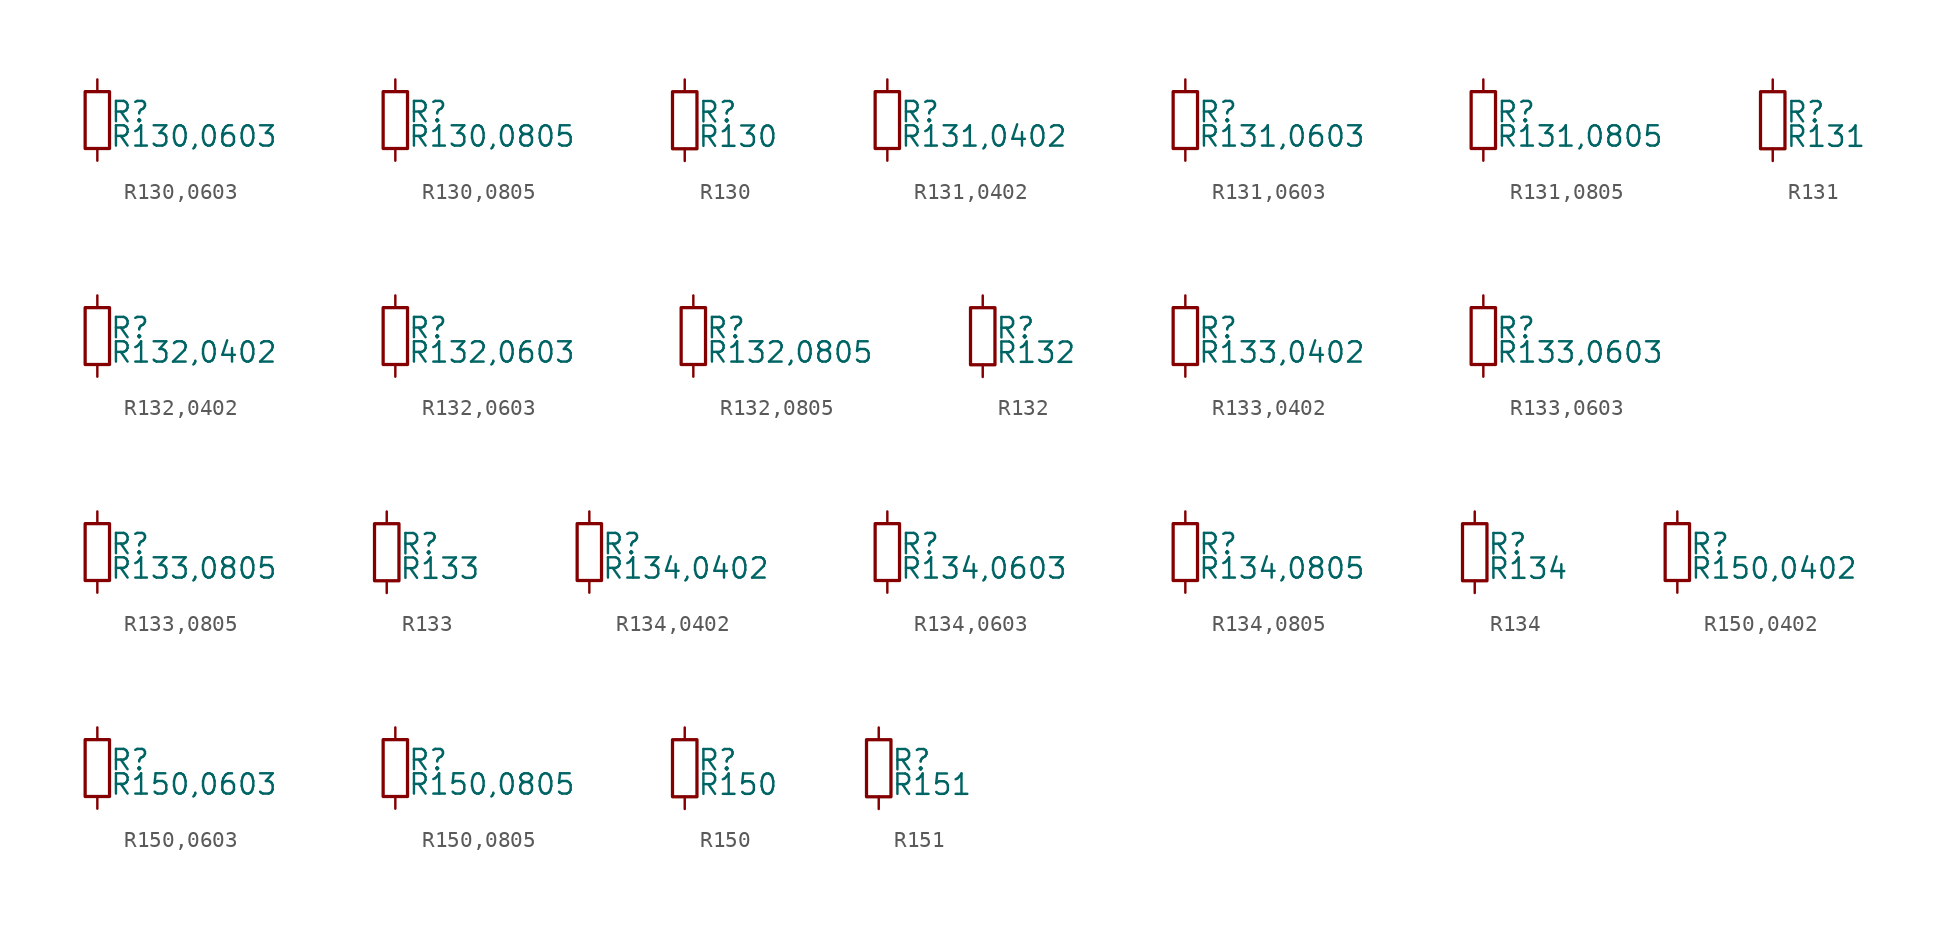
<source format=kicad_sym>
(kicad_symbol_lib
  (version 20211014)
  (generator kicad_symbol_editor)
  (symbol "R130,0603"
    (pin_numbers hide)
    (pin_names
      (offset 0.254) hide)
    (property "Reference" "R"
      (at 0.762 0.508 0)
      (effects (font (size 1.27 1.27)) (justify left)))
    (property "Value" "R130,0603"
      (at 0.762 -1.016 0)
      (effects (font (size 1.27 1.27)) (justify left)))
    (symbol "R130,0603_0_1"
      (rectangle (start -0.762 1.778) (end 0.762 -1.778) (stroke (width 0.203) (type default) (color 0 0 0 0)) (fill (type none))))
    (symbol "R130,0603_1_1"
      (pin passive line (at 0 2.54 270) (length 0.762) (name "~" (effects (font (size 1.27 1.27)))) (number "1" (effects (font (size 1.27 1.27)))))
      (pin passive line (at 0 -2.54 90) (length 0.762) (name "~" (effects (font (size 1.27 1.27)))) (number "2" (effects (font (size 1.27 1.27)))))))
  (symbol "R130,0805"
    (pin_numbers hide)
    (pin_names
      (offset 0.254) hide)
    (property "Reference" "R"
      (at 0.762 0.508 0)
      (effects (font (size 1.27 1.27)) (justify left)))
    (property "Value" "R130,0805"
      (at 0.762 -1.016 0)
      (effects (font (size 1.27 1.27)) (justify left)))
    (symbol "R130,0805_0_1"
      (rectangle (start -0.762 1.778) (end 0.762 -1.778) (stroke (width 0.203) (type default) (color 0 0 0 0)) (fill (type none))))
    (symbol "R130,0805_1_1"
      (pin passive line (at 0 2.54 270) (length 0.762) (name "~" (effects (font (size 1.27 1.27)))) (number "1" (effects (font (size 1.27 1.27)))))
      (pin passive line (at 0 -2.54 90) (length 0.762) (name "~" (effects (font (size 1.27 1.27)))) (number "2" (effects (font (size 1.27 1.27)))))))
  (symbol "R130"
    (pin_numbers hide)
    (pin_names
      (offset 0.254) hide)
    (property "Reference" "R"
      (at 0.762 0.508 0)
      (effects (font (size 1.27 1.27)) (justify left)))
    (property "Value" "R130"
      (at 0.762 -1.016 0)
      (effects (font (size 1.27 1.27)) (justify left)))
    (symbol "R130_0_1"
      (rectangle (start -0.762 1.778) (end 0.762 -1.778) (stroke (width 0.203) (type default) (color 0 0 0 0)) (fill (type none))))
    (symbol "R130_1_1"
      (pin passive line (at 0 2.54 270) (length 0.762) (name "~" (effects (font (size 1.27 1.27)))) (number "1" (effects (font (size 1.27 1.27)))))
      (pin passive line (at 0 -2.54 90) (length 0.762) (name "~" (effects (font (size 1.27 1.27)))) (number "2" (effects (font (size 1.27 1.27)))))))
  (symbol "R131,0402"
    (pin_numbers hide)
    (pin_names
      (offset 0.254) hide)
    (property "Reference" "R"
      (at 0.762 0.508 0)
      (effects (font (size 1.27 1.27)) (justify left)))
    (property "Value" "R131,0402"
      (at 0.762 -1.016 0)
      (effects (font (size 1.27 1.27)) (justify left)))
    (symbol "R131,0402_0_1"
      (rectangle (start -0.762 1.778) (end 0.762 -1.778) (stroke (width 0.203) (type default) (color 0 0 0 0)) (fill (type none))))
    (symbol "R131,0402_1_1"
      (pin passive line (at 0 2.54 270) (length 0.762) (name "~" (effects (font (size 1.27 1.27)))) (number "1" (effects (font (size 1.27 1.27)))))
      (pin passive line (at 0 -2.54 90) (length 0.762) (name "~" (effects (font (size 1.27 1.27)))) (number "2" (effects (font (size 1.27 1.27)))))))
  (symbol "R131,0603"
    (pin_numbers hide)
    (pin_names
      (offset 0.254) hide)
    (property "Reference" "R"
      (at 0.762 0.508 0)
      (effects (font (size 1.27 1.27)) (justify left)))
    (property "Value" "R131,0603"
      (at 0.762 -1.016 0)
      (effects (font (size 1.27 1.27)) (justify left)))
    (symbol "R131,0603_0_1"
      (rectangle (start -0.762 1.778) (end 0.762 -1.778) (stroke (width 0.203) (type default) (color 0 0 0 0)) (fill (type none))))
    (symbol "R131,0603_1_1"
      (pin passive line (at 0 2.54 270) (length 0.762) (name "~" (effects (font (size 1.27 1.27)))) (number "1" (effects (font (size 1.27 1.27)))))
      (pin passive line (at 0 -2.54 90) (length 0.762) (name "~" (effects (font (size 1.27 1.27)))) (number "2" (effects (font (size 1.27 1.27)))))))
  (symbol "R131,0805"
    (pin_numbers hide)
    (pin_names
      (offset 0.254) hide)
    (property "Reference" "R"
      (at 0.762 0.508 0)
      (effects (font (size 1.27 1.27)) (justify left)))
    (property "Value" "R131,0805"
      (at 0.762 -1.016 0)
      (effects (font (size 1.27 1.27)) (justify left)))
    (symbol "R131,0805_0_1"
      (rectangle (start -0.762 1.778) (end 0.762 -1.778) (stroke (width 0.203) (type default) (color 0 0 0 0)) (fill (type none))))
    (symbol "R131,0805_1_1"
      (pin passive line (at 0 2.54 270) (length 0.762) (name "~" (effects (font (size 1.27 1.27)))) (number "1" (effects (font (size 1.27 1.27)))))
      (pin passive line (at 0 -2.54 90) (length 0.762) (name "~" (effects (font (size 1.27 1.27)))) (number "2" (effects (font (size 1.27 1.27)))))))
  (symbol "R131"
    (pin_numbers hide)
    (pin_names
      (offset 0.254) hide)
    (property "Reference" "R"
      (at 0.762 0.508 0)
      (effects (font (size 1.27 1.27)) (justify left)))
    (property "Value" "R131"
      (at 0.762 -1.016 0)
      (effects (font (size 1.27 1.27)) (justify left)))
    (symbol "R131_0_1"
      (rectangle (start -0.762 1.778) (end 0.762 -1.778) (stroke (width 0.203) (type default) (color 0 0 0 0)) (fill (type none))))
    (symbol "R131_1_1"
      (pin passive line (at 0 2.54 270) (length 0.762) (name "~" (effects (font (size 1.27 1.27)))) (number "1" (effects (font (size 1.27 1.27)))))
      (pin passive line (at 0 -2.54 90) (length 0.762) (name "~" (effects (font (size 1.27 1.27)))) (number "2" (effects (font (size 1.27 1.27)))))))
  (symbol "R132,0402"
    (pin_numbers hide)
    (pin_names
      (offset 0.254) hide)
    (property "Reference" "R"
      (at 0.762 0.508 0)
      (effects (font (size 1.27 1.27)) (justify left)))
    (property "Value" "R132,0402"
      (at 0.762 -1.016 0)
      (effects (font (size 1.27 1.27)) (justify left)))
    (symbol "R132,0402_0_1"
      (rectangle (start -0.762 1.778) (end 0.762 -1.778) (stroke (width 0.203) (type default) (color 0 0 0 0)) (fill (type none))))
    (symbol "R132,0402_1_1"
      (pin passive line (at 0 2.54 270) (length 0.762) (name "~" (effects (font (size 1.27 1.27)))) (number "1" (effects (font (size 1.27 1.27)))))
      (pin passive line (at 0 -2.54 90) (length 0.762) (name "~" (effects (font (size 1.27 1.27)))) (number "2" (effects (font (size 1.27 1.27)))))))
  (symbol "R132,0603"
    (pin_numbers hide)
    (pin_names
      (offset 0.254) hide)
    (property "Reference" "R"
      (at 0.762 0.508 0)
      (effects (font (size 1.27 1.27)) (justify left)))
    (property "Value" "R132,0603"
      (at 0.762 -1.016 0)
      (effects (font (size 1.27 1.27)) (justify left)))
    (symbol "R132,0603_0_1"
      (rectangle (start -0.762 1.778) (end 0.762 -1.778) (stroke (width 0.203) (type default) (color 0 0 0 0)) (fill (type none))))
    (symbol "R132,0603_1_1"
      (pin passive line (at 0 2.54 270) (length 0.762) (name "~" (effects (font (size 1.27 1.27)))) (number "1" (effects (font (size 1.27 1.27)))))
      (pin passive line (at 0 -2.54 90) (length 0.762) (name "~" (effects (font (size 1.27 1.27)))) (number "2" (effects (font (size 1.27 1.27)))))))
  (symbol "R132,0805"
    (pin_numbers hide)
    (pin_names
      (offset 0.254) hide)
    (property "Reference" "R"
      (at 0.762 0.508 0)
      (effects (font (size 1.27 1.27)) (justify left)))
    (property "Value" "R132,0805"
      (at 0.762 -1.016 0)
      (effects (font (size 1.27 1.27)) (justify left)))
    (symbol "R132,0805_0_1"
      (rectangle (start -0.762 1.778) (end 0.762 -1.778) (stroke (width 0.203) (type default) (color 0 0 0 0)) (fill (type none))))
    (symbol "R132,0805_1_1"
      (pin passive line (at 0 2.54 270) (length 0.762) (name "~" (effects (font (size 1.27 1.27)))) (number "1" (effects (font (size 1.27 1.27)))))
      (pin passive line (at 0 -2.54 90) (length 0.762) (name "~" (effects (font (size 1.27 1.27)))) (number "2" (effects (font (size 1.27 1.27)))))))
  (symbol "R132"
    (pin_numbers hide)
    (pin_names
      (offset 0.254) hide)
    (property "Reference" "R"
      (at 0.762 0.508 0)
      (effects (font (size 1.27 1.27)) (justify left)))
    (property "Value" "R132"
      (at 0.762 -1.016 0)
      (effects (font (size 1.27 1.27)) (justify left)))
    (symbol "R132_0_1"
      (rectangle (start -0.762 1.778) (end 0.762 -1.778) (stroke (width 0.203) (type default) (color 0 0 0 0)) (fill (type none))))
    (symbol "R132_1_1"
      (pin passive line (at 0 2.54 270) (length 0.762) (name "~" (effects (font (size 1.27 1.27)))) (number "1" (effects (font (size 1.27 1.27)))))
      (pin passive line (at 0 -2.54 90) (length 0.762) (name "~" (effects (font (size 1.27 1.27)))) (number "2" (effects (font (size 1.27 1.27)))))))
  (symbol "R133,0402"
    (pin_numbers hide)
    (pin_names
      (offset 0.254) hide)
    (property "Reference" "R"
      (at 0.762 0.508 0)
      (effects (font (size 1.27 1.27)) (justify left)))
    (property "Value" "R133,0402"
      (at 0.762 -1.016 0)
      (effects (font (size 1.27 1.27)) (justify left)))
    (symbol "R133,0402_0_1"
      (rectangle (start -0.762 1.778) (end 0.762 -1.778) (stroke (width 0.203) (type default) (color 0 0 0 0)) (fill (type none))))
    (symbol "R133,0402_1_1"
      (pin passive line (at 0 2.54 270) (length 0.762) (name "~" (effects (font (size 1.27 1.27)))) (number "1" (effects (font (size 1.27 1.27)))))
      (pin passive line (at 0 -2.54 90) (length 0.762) (name "~" (effects (font (size 1.27 1.27)))) (number "2" (effects (font (size 1.27 1.27)))))))
  (symbol "R133,0603"
    (pin_numbers hide)
    (pin_names
      (offset 0.254) hide)
    (property "Reference" "R"
      (at 0.762 0.508 0)
      (effects (font (size 1.27 1.27)) (justify left)))
    (property "Value" "R133,0603"
      (at 0.762 -1.016 0)
      (effects (font (size 1.27 1.27)) (justify left)))
    (symbol "R133,0603_0_1"
      (rectangle (start -0.762 1.778) (end 0.762 -1.778) (stroke (width 0.203) (type default) (color 0 0 0 0)) (fill (type none))))
    (symbol "R133,0603_1_1"
      (pin passive line (at 0 2.54 270) (length 0.762) (name "~" (effects (font (size 1.27 1.27)))) (number "1" (effects (font (size 1.27 1.27)))))
      (pin passive line (at 0 -2.54 90) (length 0.762) (name "~" (effects (font (size 1.27 1.27)))) (number "2" (effects (font (size 1.27 1.27)))))))
  (symbol "R133,0805"
    (pin_numbers hide)
    (pin_names
      (offset 0.254) hide)
    (property "Reference" "R"
      (at 0.762 0.508 0)
      (effects (font (size 1.27 1.27)) (justify left)))
    (property "Value" "R133,0805"
      (at 0.762 -1.016 0)
      (effects (font (size 1.27 1.27)) (justify left)))
    (symbol "R133,0805_0_1"
      (rectangle (start -0.762 1.778) (end 0.762 -1.778) (stroke (width 0.203) (type default) (color 0 0 0 0)) (fill (type none))))
    (symbol "R133,0805_1_1"
      (pin passive line (at 0 2.54 270) (length 0.762) (name "~" (effects (font (size 1.27 1.27)))) (number "1" (effects (font (size 1.27 1.27)))))
      (pin passive line (at 0 -2.54 90) (length 0.762) (name "~" (effects (font (size 1.27 1.27)))) (number "2" (effects (font (size 1.27 1.27)))))))
  (symbol "R133"
    (pin_numbers hide)
    (pin_names
      (offset 0.254) hide)
    (property "Reference" "R"
      (at 0.762 0.508 0)
      (effects (font (size 1.27 1.27)) (justify left)))
    (property "Value" "R133"
      (at 0.762 -1.016 0)
      (effects (font (size 1.27 1.27)) (justify left)))
    (symbol "R133_0_1"
      (rectangle (start -0.762 1.778) (end 0.762 -1.778) (stroke (width 0.203) (type default) (color 0 0 0 0)) (fill (type none))))
    (symbol "R133_1_1"
      (pin passive line (at 0 2.54 270) (length 0.762) (name "~" (effects (font (size 1.27 1.27)))) (number "1" (effects (font (size 1.27 1.27)))))
      (pin passive line (at 0 -2.54 90) (length 0.762) (name "~" (effects (font (size 1.27 1.27)))) (number "2" (effects (font (size 1.27 1.27)))))))
  (symbol "R134,0402"
    (pin_numbers hide)
    (pin_names
      (offset 0.254) hide)
    (property "Reference" "R"
      (at 0.762 0.508 0)
      (effects (font (size 1.27 1.27)) (justify left)))
    (property "Value" "R134,0402"
      (at 0.762 -1.016 0)
      (effects (font (size 1.27 1.27)) (justify left)))
    (symbol "R134,0402_0_1"
      (rectangle (start -0.762 1.778) (end 0.762 -1.778) (stroke (width 0.203) (type default) (color 0 0 0 0)) (fill (type none))))
    (symbol "R134,0402_1_1"
      (pin passive line (at 0 2.54 270) (length 0.762) (name "~" (effects (font (size 1.27 1.27)))) (number "1" (effects (font (size 1.27 1.27)))))
      (pin passive line (at 0 -2.54 90) (length 0.762) (name "~" (effects (font (size 1.27 1.27)))) (number "2" (effects (font (size 1.27 1.27)))))))
  (symbol "R134,0603"
    (pin_numbers hide)
    (pin_names
      (offset 0.254) hide)
    (property "Reference" "R"
      (at 0.762 0.508 0)
      (effects (font (size 1.27 1.27)) (justify left)))
    (property "Value" "R134,0603"
      (at 0.762 -1.016 0)
      (effects (font (size 1.27 1.27)) (justify left)))
    (symbol "R134,0603_0_1"
      (rectangle (start -0.762 1.778) (end 0.762 -1.778) (stroke (width 0.203) (type default) (color 0 0 0 0)) (fill (type none))))
    (symbol "R134,0603_1_1"
      (pin passive line (at 0 2.54 270) (length 0.762) (name "~" (effects (font (size 1.27 1.27)))) (number "1" (effects (font (size 1.27 1.27)))))
      (pin passive line (at 0 -2.54 90) (length 0.762) (name "~" (effects (font (size 1.27 1.27)))) (number "2" (effects (font (size 1.27 1.27)))))))
  (symbol "R134,0805"
    (pin_numbers hide)
    (pin_names
      (offset 0.254) hide)
    (property "Reference" "R"
      (at 0.762 0.508 0)
      (effects (font (size 1.27 1.27)) (justify left)))
    (property "Value" "R134,0805"
      (at 0.762 -1.016 0)
      (effects (font (size 1.27 1.27)) (justify left)))
    (symbol "R134,0805_0_1"
      (rectangle (start -0.762 1.778) (end 0.762 -1.778) (stroke (width 0.203) (type default) (color 0 0 0 0)) (fill (type none))))
    (symbol "R134,0805_1_1"
      (pin passive line (at 0 2.54 270) (length 0.762) (name "~" (effects (font (size 1.27 1.27)))) (number "1" (effects (font (size 1.27 1.27)))))
      (pin passive line (at 0 -2.54 90) (length 0.762) (name "~" (effects (font (size 1.27 1.27)))) (number "2" (effects (font (size 1.27 1.27)))))))
  (symbol "R134"
    (pin_numbers hide)
    (pin_names
      (offset 0.254) hide)
    (property "Reference" "R"
      (at 0.762 0.508 0)
      (effects (font (size 1.27 1.27)) (justify left)))
    (property "Value" "R134"
      (at 0.762 -1.016 0)
      (effects (font (size 1.27 1.27)) (justify left)))
    (symbol "R134_0_1"
      (rectangle (start -0.762 1.778) (end 0.762 -1.778) (stroke (width 0.203) (type default) (color 0 0 0 0)) (fill (type none))))
    (symbol "R134_1_1"
      (pin passive line (at 0 2.54 270) (length 0.762) (name "~" (effects (font (size 1.27 1.27)))) (number "1" (effects (font (size 1.27 1.27)))))
      (pin passive line (at 0 -2.54 90) (length 0.762) (name "~" (effects (font (size 1.27 1.27)))) (number "2" (effects (font (size 1.27 1.27)))))))
  (symbol "R150,0402"
    (pin_numbers hide)
    (pin_names
      (offset 0.254) hide)
    (property "Reference" "R"
      (at 0.762 0.508 0)
      (effects (font (size 1.27 1.27)) (justify left)))
    (property "Value" "R150,0402"
      (at 0.762 -1.016 0)
      (effects (font (size 1.27 1.27)) (justify left)))
    (symbol "R150,0402_0_1"
      (rectangle (start -0.762 1.778) (end 0.762 -1.778) (stroke (width 0.203) (type default) (color 0 0 0 0)) (fill (type none))))
    (symbol "R150,0402_1_1"
      (pin passive line (at 0 2.54 270) (length 0.762) (name "~" (effects (font (size 1.27 1.27)))) (number "1" (effects (font (size 1.27 1.27)))))
      (pin passive line (at 0 -2.54 90) (length 0.762) (name "~" (effects (font (size 1.27 1.27)))) (number "2" (effects (font (size 1.27 1.27)))))))
  (symbol "R150,0603"
    (pin_numbers hide)
    (pin_names
      (offset 0.254) hide)
    (property "Reference" "R"
      (at 0.762 0.508 0)
      (effects (font (size 1.27 1.27)) (justify left)))
    (property "Value" "R150,0603"
      (at 0.762 -1.016 0)
      (effects (font (size 1.27 1.27)) (justify left)))
    (symbol "R150,0603_0_1"
      (rectangle (start -0.762 1.778) (end 0.762 -1.778) (stroke (width 0.203) (type default) (color 0 0 0 0)) (fill (type none))))
    (symbol "R150,0603_1_1"
      (pin passive line (at 0 2.54 270) (length 0.762) (name "~" (effects (font (size 1.27 1.27)))) (number "1" (effects (font (size 1.27 1.27)))))
      (pin passive line (at 0 -2.54 90) (length 0.762) (name "~" (effects (font (size 1.27 1.27)))) (number "2" (effects (font (size 1.27 1.27)))))))
  (symbol "R150,0805"
    (pin_numbers hide)
    (pin_names
      (offset 0.254) hide)
    (property "Reference" "R"
      (at 0.762 0.508 0)
      (effects (font (size 1.27 1.27)) (justify left)))
    (property "Value" "R150,0805"
      (at 0.762 -1.016 0)
      (effects (font (size 1.27 1.27)) (justify left)))
    (symbol "R150,0805_0_1"
      (rectangle (start -0.762 1.778) (end 0.762 -1.778) (stroke (width 0.203) (type default) (color 0 0 0 0)) (fill (type none))))
    (symbol "R150,0805_1_1"
      (pin passive line (at 0 2.54 270) (length 0.762) (name "~" (effects (font (size 1.27 1.27)))) (number "1" (effects (font (size 1.27 1.27)))))
      (pin passive line (at 0 -2.54 90) (length 0.762) (name "~" (effects (font (size 1.27 1.27)))) (number "2" (effects (font (size 1.27 1.27)))))))
  (symbol "R150"
    (pin_numbers hide)
    (pin_names
      (offset 0.254) hide)
    (property "Reference" "R"
      (at 0.762 0.508 0)
      (effects (font (size 1.27 1.27)) (justify left)))
    (property "Value" "R150"
      (at 0.762 -1.016 0)
      (effects (font (size 1.27 1.27)) (justify left)))
    (symbol "R150_0_1"
      (rectangle (start -0.762 1.778) (end 0.762 -1.778) (stroke (width 0.203) (type default) (color 0 0 0 0)) (fill (type none))))
    (symbol "R150_1_1"
      (pin passive line (at 0 2.54 270) (length 0.762) (name "~" (effects (font (size 1.27 1.27)))) (number "1" (effects (font (size 1.27 1.27)))))
      (pin passive line (at 0 -2.54 90) (length 0.762) (name "~" (effects (font (size 1.27 1.27)))) (number "2" (effects (font (size 1.27 1.27)))))))
  (symbol "R151"
    (pin_numbers hide)
    (pin_names
      (offset 0.254) hide)
    (property "Reference" "R"
      (at 0.762 0.508 0)
      (effects (font (size 1.27 1.27)) (justify left)))
    (property "Value" "R151"
      (at 0.762 -1.016 0)
      (effects (font (size 1.27 1.27)) (justify left)))
    (symbol "R151_0_1"
      (rectangle (start -0.762 1.778) (end 0.762 -1.778) (stroke (width 0.203) (type default) (color 0 0 0 0)) (fill (type none))))
    (symbol "R151_1_1"
      (pin passive line (at 0 2.54 270) (length 0.762) (name "~" (effects (font (size 1.27 1.27)))) (number "1" (effects (font (size 1.27 1.27)))))
      (pin passive line (at 0 -2.54 90) (length 0.762) (name "~" (effects (font (size 1.27 1.27)))) (number "2" (effects (font (size 1.27 1.27))))))))
</source>
